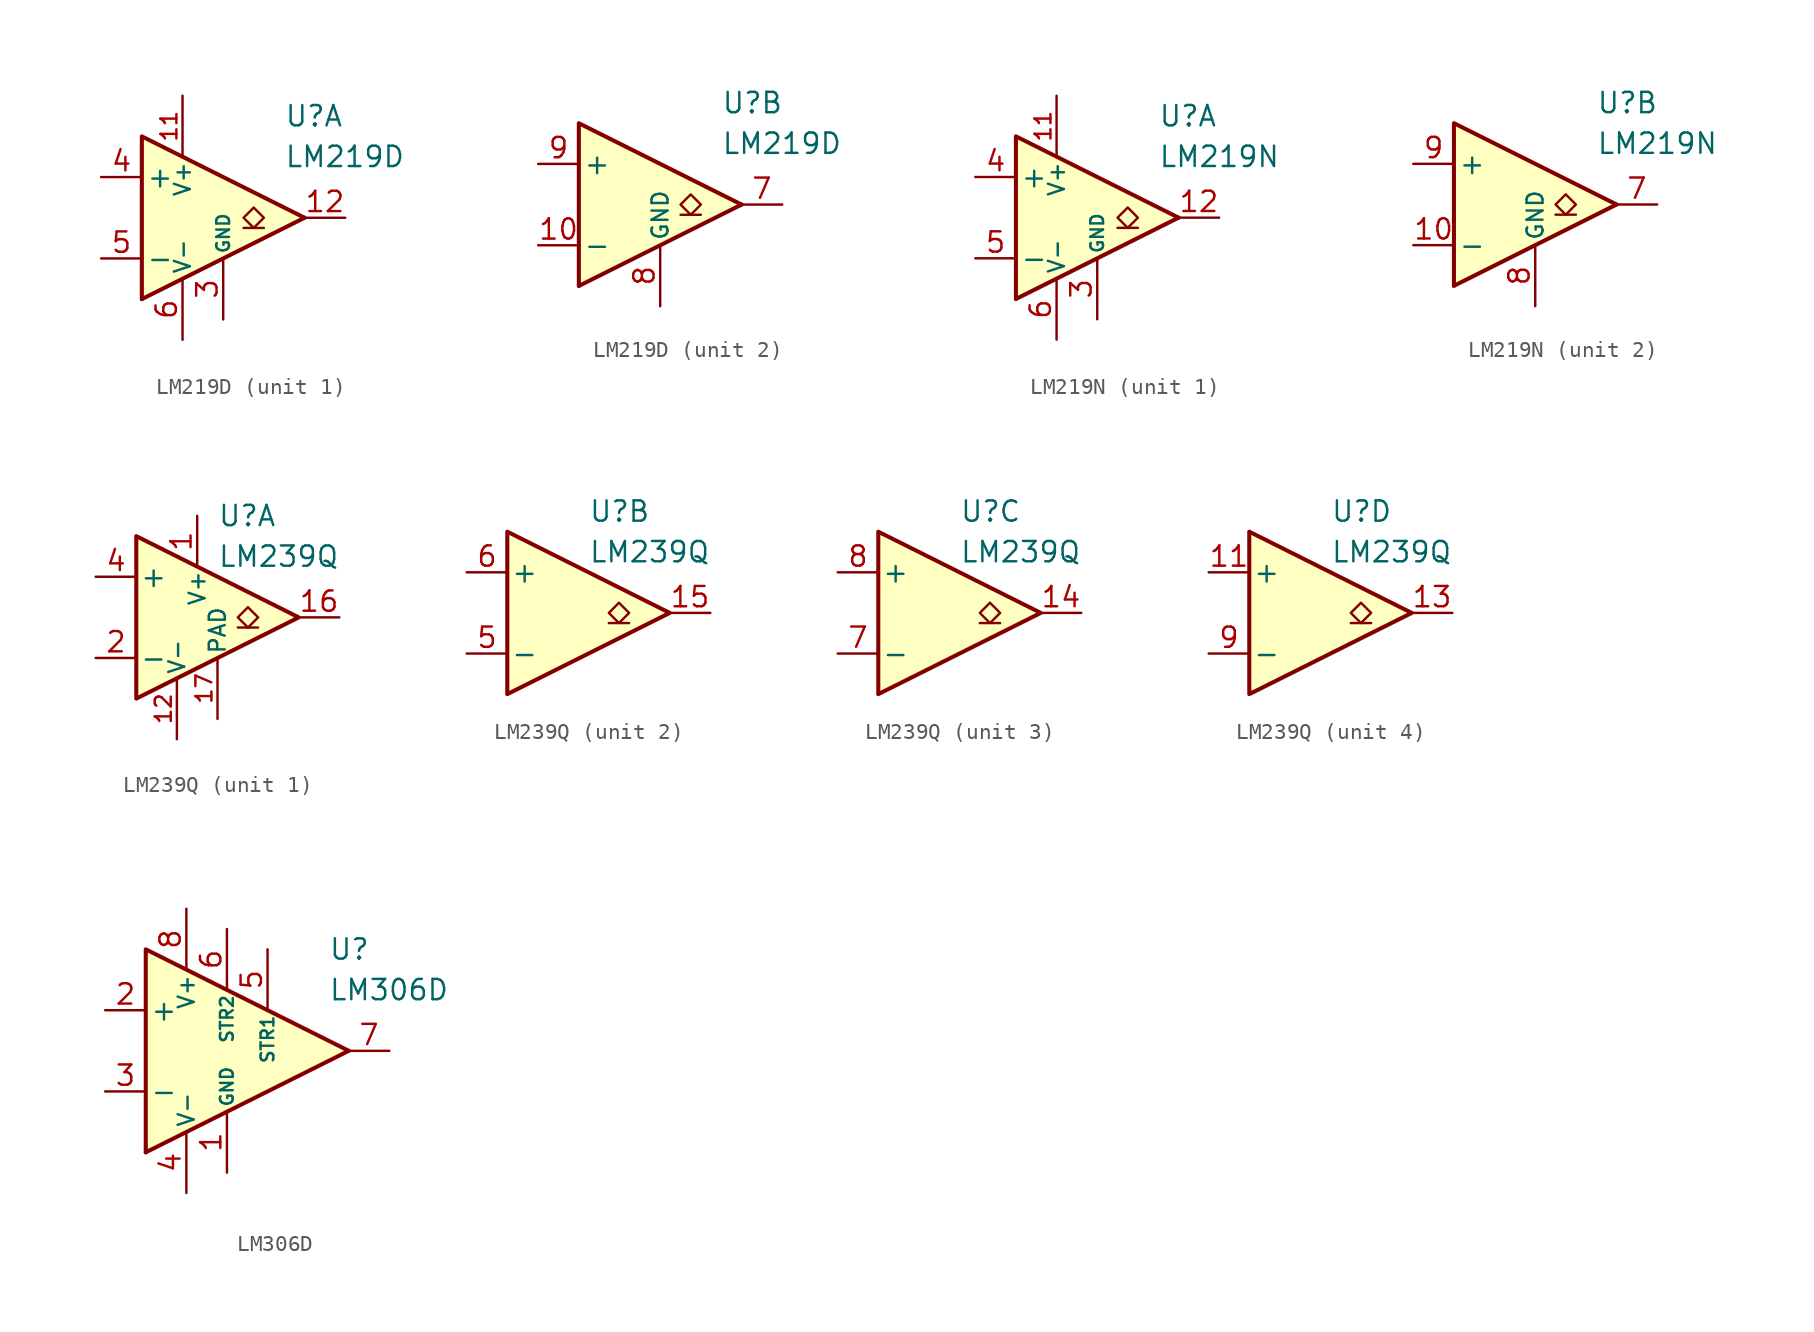
<source format=kicad_sym>
(kicad_symbol_lib
  (version 20231120)
  (generator "kicad_symbol_editor")
  (generator_version "8.0")
  (symbol "LM219D"
    (pin_names
      (offset 0.254))
    (property "Reference" "U"
      (at 6.35 6.35 0)
      (effects (font (size 1.27 1.27)) (justify left)))
    (property "Value" "LM219D"
      (at 6.35 3.81 0)
      (effects (font (size 1.27 1.27)) (justify left)))
    (property "ki_locked" ""
      (at 0 0 0)
      (effects (font (size 1.27 1.27))))
    (symbol "LM219D_0_0"
      (polyline (pts (xy 7.62 0) (xy -2.54 -5.08)) (stroke (width 0.254) (type default)) (fill (type none)))
      (polyline (pts (xy 7.62 0) (xy -2.54 5.08) (xy -2.54 -5.08)) (stroke (width 0.254) (type default)) (fill (type background))))
    (symbol "LM219D_1_1"
      (polyline (pts (xy 5.08 -0.635) (xy 3.81 -0.635)) (stroke (width 0.152) (type default)) (fill (type none)))
      (polyline (pts (xy 4.445 -0.635) (xy 3.81 0) (xy 4.445 0.635) (xy 5.08 0) (xy 4.445 -0.635)) (stroke (width 0.152) (type default)) (fill (type none)))
      (pin no_connect line (at 1.27 2.54 270) (length 2.54) hide (name "NC" (effects (font (size 1.27 1.27)))) (number "1" (effects (font (size 1.27 1.27)))))
      (pin power_in line (at 0 7.62 270) (length 3.81) (name "V+" (effects (font (size 1 1)))) (number "11" (effects (font (size 1 1)))))
      (pin open_collector line (at 10.16 0 180) (length 2.54) (name "~" (effects (font (size 1.27 1.27)))) (number "12" (effects (font (size 1.27 1.27)))))
      (pin no_connect line (at 1.27 -2.54 90) (length 2.54) hide (name "NC" (effects (font (size 1.27 1.27)))) (number "2" (effects (font (size 1.27 1.27)))))
      (pin power_in line (at 2.54 -6.35 90) (length 3.81) (name "GND" (effects (font (size 0.8 0.8)))) (number "3" (effects (font (size 1.27 1.27)))))
      (pin input line (at -5.08 2.54 0) (length 2.54) (name "+" (effects (font (size 1.27 1.27)))) (number "4" (effects (font (size 1.27 1.27)))))
      (pin input line (at -5.08 -2.54 0) (length 2.54) (name "-" (effects (font (size 1.27 1.27)))) (number "5" (effects (font (size 1.27 1.27)))))
      (pin power_in line (at 0 -7.62 90) (length 3.81) (name "V-" (effects (font (size 1 1)))) (number "6" (effects (font (size 1.27 1.27))))))
    (symbol "LM219D_2_1"
      (polyline (pts (xy 5.08 -0.635) (xy 3.81 -0.635)) (stroke (width 0.152) (type default)) (fill (type none)))
      (polyline (pts (xy 4.445 -0.635) (xy 3.81 0) (xy 4.445 0.635) (xy 5.08 0) (xy 4.445 -0.635)) (stroke (width 0.152) (type default)) (fill (type none)))
      (pin input line (at -5.08 -2.54 0) (length 2.54) (name "-" (effects (font (size 1.27 1.27)))) (number "10" (effects (font (size 1.27 1.27)))))
      (pin no_connect line (at 1.27 -2.54 90) (length 2.54) hide (name "NC" (effects (font (size 1.27 1.27)))) (number "13" (effects (font (size 1.27 1.27)))))
      (pin no_connect line (at 1.27 2.54 270) (length 2.54) hide (name "NC" (effects (font (size 1.27 1.27)))) (number "14" (effects (font (size 1.27 1.27)))))
      (pin open_collector line (at 10.16 0 180) (length 2.54) (name "~" (effects (font (size 1.27 1.27)))) (number "7" (effects (font (size 1.27 1.27)))))
      (pin power_in line (at 2.54 -6.35 90) (length 3.81) (name "GND" (effects (font (size 1 1)))) (number "8" (effects (font (size 1.27 1.27)))))
      (pin input line (at -5.08 2.54 0) (length 2.54) (name "+" (effects (font (size 1.27 1.27)))) (number "9" (effects (font (size 1.27 1.27)))))))
  (symbol "LM219N"
    (pin_names
      (offset 0.254))
    (property "Reference" "U"
      (at 6.35 6.35 0)
      (effects (font (size 1.27 1.27)) (justify left)))
    (property "Value" "LM219N"
      (at 6.35 3.81 0)
      (effects (font (size 1.27 1.27)) (justify left)))
    (property "ki_locked" ""
      (at 0 0 0)
      (effects (font (size 1.27 1.27))))
    (symbol "LM219N_0_0"
      (polyline (pts (xy 7.62 0) (xy -2.54 -5.08)) (stroke (width 0.254) (type default)) (fill (type none)))
      (polyline (pts (xy 7.62 0) (xy -2.54 5.08) (xy -2.54 -5.08)) (stroke (width 0.254) (type default)) (fill (type background))))
    (symbol "LM219N_1_1"
      (polyline (pts (xy 5.08 -0.635) (xy 3.81 -0.635)) (stroke (width 0.152) (type default)) (fill (type none)))
      (polyline (pts (xy 4.445 -0.635) (xy 3.81 0) (xy 4.445 0.635) (xy 5.08 0) (xy 4.445 -0.635)) (stroke (width 0.152) (type default)) (fill (type none)))
      (pin no_connect line (at 1.27 2.54 270) (length 2.54) hide (name "NC" (effects (font (size 1.27 1.27)))) (number "1" (effects (font (size 1.27 1.27)))))
      (pin power_in line (at 0 7.62 270) (length 3.81) (name "V+" (effects (font (size 1 1)))) (number "11" (effects (font (size 1 1)))))
      (pin open_collector line (at 10.16 0 180) (length 2.54) (name "~" (effects (font (size 1.27 1.27)))) (number "12" (effects (font (size 1.27 1.27)))))
      (pin no_connect line (at 1.27 -2.54 90) (length 2.54) hide (name "NC" (effects (font (size 1.27 1.27)))) (number "2" (effects (font (size 1.27 1.27)))))
      (pin power_in line (at 2.54 -6.35 90) (length 3.81) (name "GND" (effects (font (size 0.8 0.8)))) (number "3" (effects (font (size 1.27 1.27)))))
      (pin input line (at -5.08 2.54 0) (length 2.54) (name "+" (effects (font (size 1.27 1.27)))) (number "4" (effects (font (size 1.27 1.27)))))
      (pin input line (at -5.08 -2.54 0) (length 2.54) (name "-" (effects (font (size 1.27 1.27)))) (number "5" (effects (font (size 1.27 1.27)))))
      (pin power_in line (at 0 -7.62 90) (length 3.81) (name "V-" (effects (font (size 1 1)))) (number "6" (effects (font (size 1.27 1.27))))))
    (symbol "LM219N_2_1"
      (polyline (pts (xy 5.08 -0.635) (xy 3.81 -0.635)) (stroke (width 0.152) (type default)) (fill (type none)))
      (polyline (pts (xy 4.445 -0.635) (xy 3.81 0) (xy 4.445 0.635) (xy 5.08 0) (xy 4.445 -0.635)) (stroke (width 0.152) (type default)) (fill (type none)))
      (pin input line (at -5.08 -2.54 0) (length 2.54) (name "-" (effects (font (size 1.27 1.27)))) (number "10" (effects (font (size 1.27 1.27)))))
      (pin no_connect line (at 1.27 -2.54 90) (length 2.54) hide (name "NC" (effects (font (size 1.27 1.27)))) (number "13" (effects (font (size 1.27 1.27)))))
      (pin no_connect line (at 1.27 2.54 270) (length 2.54) hide (name "NC" (effects (font (size 1.27 1.27)))) (number "14" (effects (font (size 1.27 1.27)))))
      (pin open_collector line (at 10.16 0 180) (length 2.54) (name "~" (effects (font (size 1.27 1.27)))) (number "7" (effects (font (size 1.27 1.27)))))
      (pin power_in line (at 2.54 -6.35 90) (length 3.81) (name "GND" (effects (font (size 1 1)))) (number "8" (effects (font (size 1.27 1.27)))))
      (pin input line (at -5.08 2.54 0) (length 2.54) (name "+" (effects (font (size 1.27 1.27)))) (number "9" (effects (font (size 1.27 1.27)))))))
  (symbol "LM239Q"
    (pin_names
      (offset 0.2))
    (property "Reference" "U"
      (at 1.27 6.35 0)
      (effects (font (size 1.27 1.27)) (justify left)))
    (property "Value" "LM239Q"
      (at 1.27 3.81 0)
      (effects (font (size 1.27 1.27)) (justify left)))
    (property "ki_locked" ""
      (at 0 0 0)
      (effects (font (size 1.27 1.27))))
    (symbol "LM239Q_0_1"
      (polyline (pts (xy -3.81 5.08) (xy -3.81 -5.08) (xy 6.35 0) (xy -3.81 5.08)) (stroke (width 0.254) (type default)) (fill (type background))))
    (symbol "LM239Q_1_1"
      (polyline (pts (xy 3.81 -0.635) (xy 2.54 -0.635)) (stroke (width 0.152) (type default)) (fill (type none)))
      (polyline (pts (xy 3.175 -0.635) (xy 2.54 0) (xy 3.175 0.635) (xy 3.81 0) (xy 3.175 -0.635)) (stroke (width 0.152) (type default)) (fill (type none)))
      (pin power_in line (at 0 6.35 270) (length 3.18) (name "V+" (effects (font (size 1 1)))) (number "1" (effects (font (size 1.27 1.27)))))
      (pin free line (at -2.54 -1.27 0) (length 2.54) hide (name "NC" (effects (font (size 1.27 1.27)))) (number "10" (effects (font (size 1.27 1.27)))))
      (pin power_in line (at -1.27 -7.62 90) (length 3.81) (name "V-" (effects (font (size 1 1)))) (number "12" (effects (font (size 1 1)))))
      (pin open_collector line (at 8.89 0 180) (length 2.54) (name "~" (effects (font (size 1.27 1.27)))) (number "16" (effects (font (size 1.27 1.27)))))
      (pin power_in line (at 1.27 -6.35 90) (length 3.81) (name "PAD" (effects (font (size 1 1)))) (number "17" (effects (font (size 1 1)))))
      (pin input line (at -6.35 -2.54 0) (length 2.54) (name "-" (effects (font (size 1.27 1.27)))) (number "2" (effects (font (size 1.27 1.27)))))
      (pin free line (at -2.54 1.27 0) (length 2.54) hide (name "NC" (effects (font (size 1.27 1.27)))) (number "3" (effects (font (size 1.27 1.27)))))
      (pin input line (at -6.35 2.54 0) (length 2.54) (name "+" (effects (font (size 1.27 1.27)))) (number "4" (effects (font (size 1.27 1.27))))))
    (symbol "LM239Q_2_1"
      (polyline (pts (xy 3.81 -0.635) (xy 2.54 -0.635)) (stroke (width 0.152) (type default)) (fill (type none)))
      (polyline (pts (xy 3.175 -0.635) (xy 2.54 0) (xy 3.175 0.635) (xy 3.81 0) (xy 3.175 -0.635)) (stroke (width 0.152) (type default)) (fill (type none)))
      (pin open_collector line (at 8.89 0 180) (length 2.54) (name "~" (effects (font (size 1.27 1.27)))) (number "15" (effects (font (size 1.27 1.27)))))
      (pin input line (at -6.35 -2.54 0) (length 2.54) (name "-" (effects (font (size 1.27 1.27)))) (number "5" (effects (font (size 1.27 1.27)))))
      (pin input line (at -6.35 2.54 0) (length 2.54) (name "+" (effects (font (size 1.27 1.27)))) (number "6" (effects (font (size 1.27 1.27))))))
    (symbol "LM239Q_3_1"
      (polyline (pts (xy 3.81 -0.635) (xy 2.54 -0.635)) (stroke (width 0.152) (type default)) (fill (type none)))
      (polyline (pts (xy 3.175 -0.635) (xy 2.54 0) (xy 3.175 0.635) (xy 3.81 0) (xy 3.175 -0.635)) (stroke (width 0.152) (type default)) (fill (type none)))
      (pin open_collector line (at 8.89 0 180) (length 2.54) (name "~" (effects (font (size 1.27 1.27)))) (number "14" (effects (font (size 1.27 1.27)))))
      (pin input line (at -6.35 -2.54 0) (length 2.54) (name "-" (effects (font (size 1.27 1.27)))) (number "7" (effects (font (size 1.27 1.27)))))
      (pin input line (at -6.35 2.54 0) (length 2.54) (name "+" (effects (font (size 1.27 1.27)))) (number "8" (effects (font (size 1.27 1.27))))))
    (symbol "LM239Q_4_1"
      (polyline (pts (xy 3.81 -0.635) (xy 2.54 -0.635)) (stroke (width 0.152) (type default)) (fill (type none)))
      (polyline (pts (xy 3.175 -0.635) (xy 2.54 0) (xy 3.175 0.635) (xy 3.81 0) (xy 3.175 -0.635)) (stroke (width 0.152) (type default)) (fill (type none)))
      (pin input line (at -6.35 2.54 0) (length 2.54) (name "+" (effects (font (size 1.27 1.27)))) (number "11" (effects (font (size 1.27 1.27)))))
      (pin open_collector line (at 8.89 0 180) (length 2.54) (name "~" (effects (font (size 1.27 1.27)))) (number "13" (effects (font (size 1.27 1.27)))))
      (pin input line (at -6.35 -2.54 0) (length 2.54) (name "-" (effects (font (size 1.27 1.27)))) (number "9" (effects (font (size 1.27 1.27)))))))
  (symbol "LM306D"
    (pin_names
      (offset 0.254))
    (property "Reference" "U"
      (at 6.35 6.35 0)
      (effects (font (size 1.27 1.27)) (justify left)))
    (property "Value" "LM306D"
      (at 6.35 3.81 0)
      (effects (font (size 1.27 1.27)) (justify left)))
    (symbol "LM306D_0_0"
      (polyline (pts (xy 7.62 0) (xy -5.08 -6.35)) (stroke (width 0.254) (type default)) (fill (type none)))
      (polyline (pts (xy 7.62 0) (xy -5.08 6.35) (xy -5.08 -6.35)) (stroke (width 0.254) (type default)) (fill (type background))))
    (symbol "LM306D_1_1"
      (pin power_in line (at 0 -7.62 90) (length 3.81) (name "GND" (effects (font (size 0.8 0.8)))) (number "1" (effects (font (size 1.27 1.27)))))
      (pin input line (at -7.62 2.54 0) (length 2.54) (name "+" (effects (font (size 1.27 1.27)))) (number "2" (effects (font (size 1.27 1.27)))))
      (pin input line (at -7.62 -2.54 0) (length 2.54) (name "-" (effects (font (size 1.27 1.27)))) (number "3" (effects (font (size 1.27 1.27)))))
      (pin power_in line (at -2.54 -8.89 90) (length 3.81) (name "V-" (effects (font (size 1 1)))) (number "4" (effects (font (size 1.27 1.27)))))
      (pin input line (at 2.54 6.35 270) (length 3.81) (name "STR1" (effects (font (size 0.8 0.8)))) (number "5" (effects (font (size 1.27 1.27)))))
      (pin input line (at 0 7.62 270) (length 3.81) (name "STR2" (effects (font (size 0.8 0.8)))) (number "6" (effects (font (size 1.27 1.27)))))
      (pin output line (at 10.16 0 180) (length 2.54) (name "~" (effects (font (size 1.27 1.27)))) (number "7" (effects (font (size 1.27 1.27)))))
      (pin power_in line (at -2.54 8.89 270) (length 3.81) (name "V+" (effects (font (size 1 1)))) (number "8" (effects (font (size 1.27 1.27))))))))
</source>
